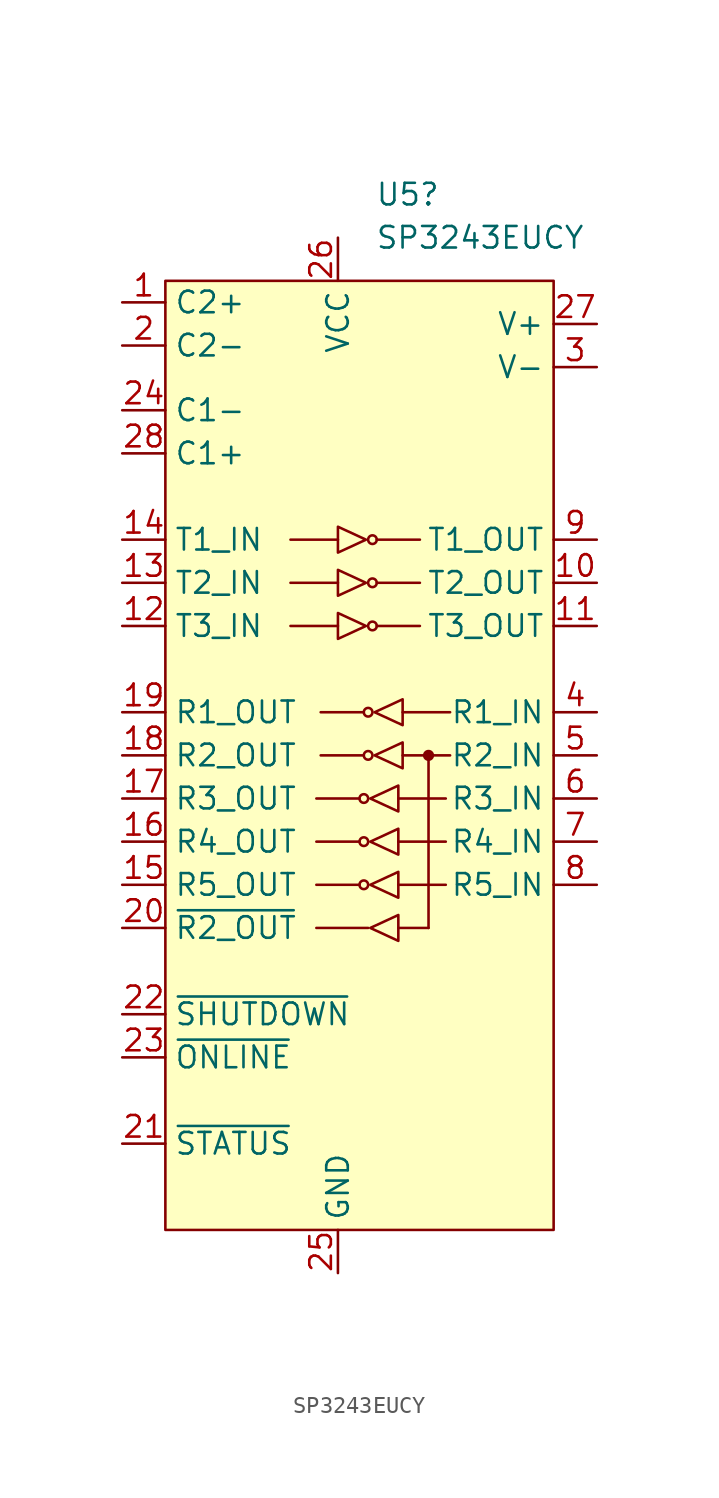
<source format=kicad_sym>
(kicad_symbol_lib
  (version 20231120)
  (generator "kicad_symbol_editor")
  (generator_version "8.0")
  (symbol "SP3243EUCY"
    (property "Reference" "U5"
      (at 2.194 30.48 0)
      (effects (font (size 1.27 1.27)) (justify left)))
    (property "Value" "SP3243EUCY"
      (at 2.194 27.94 0)
      (effects (font (size 1.27 1.27)) (justify left)))
    (symbol "SP3243EUCY_0_0"
      (pin passive line (at -12.7 24.13 0) (length 2.54) (name "C2+" (effects (font (size 1.27 1.27)))) (number "1" (effects (font (size 1.27 1.27)))))
      (pin output line (at 15.24 7.62 180) (length 2.54) (name "T2_OUT" (effects (font (size 1.27 1.27)))) (number "10" (effects (font (size 1.27 1.27)))))
      (pin output line (at 15.24 5.08 180) (length 2.54) (name "T3_OUT" (effects (font (size 1.27 1.27)))) (number "11" (effects (font (size 1.27 1.27)))))
      (pin input line (at -12.7 5.08 0) (length 2.54) (name "T3_IN" (effects (font (size 1.27 1.27)))) (number "12" (effects (font (size 1.27 1.27)))))
      (pin input line (at -12.7 7.62 0) (length 2.54) (name "T2_IN" (effects (font (size 1.27 1.27)))) (number "13" (effects (font (size 1.27 1.27)))))
      (pin input line (at -12.7 10.16 0) (length 2.54) (name "T1_IN" (effects (font (size 1.27 1.27)))) (number "14" (effects (font (size 1.27 1.27)))))
      (pin output line (at -12.7 -10.16 0) (length 2.54) (name "R5_OUT" (effects (font (size 1.27 1.27)))) (number "15" (effects (font (size 1.27 1.27)))))
      (pin output line (at -12.7 -7.62 0) (length 2.54) (name "R4_OUT" (effects (font (size 1.27 1.27)))) (number "16" (effects (font (size 1.27 1.27)))))
      (pin output line (at -12.7 -5.08 0) (length 2.54) (name "R3_OUT" (effects (font (size 1.27 1.27)))) (number "17" (effects (font (size 1.27 1.27)))))
      (pin output line (at -12.7 -2.54 0) (length 2.54) (name "R2_OUT" (effects (font (size 1.27 1.27)))) (number "18" (effects (font (size 1.27 1.27)))))
      (pin output line (at -12.7 0 0) (length 2.54) (name "R1_OUT" (effects (font (size 1.27 1.27)))) (number "19" (effects (font (size 1.27 1.27)))))
      (pin passive line (at -12.7 21.59 0) (length 2.54) (name "C2-" (effects (font (size 1.27 1.27)))) (number "2" (effects (font (size 1.27 1.27)))))
      (pin output line (at -12.7 -12.7 0) (length 2.54) (name "~{R2_OUT}" (effects (font (size 1.27 1.27)))) (number "20" (effects (font (size 1.27 1.27)))))
      (pin output line (at -12.7 -25.4 0) (length 2.54) (name "~{STATUS}" (effects (font (size 1.27 1.27)))) (number "21" (effects (font (size 1.27 1.27)))))
      (pin output line (at -12.7 -17.78 0) (length 2.54) (name "~{SHUTDOWN}" (effects (font (size 1.27 1.27)))) (number "22" (effects (font (size 1.27 1.27)))))
      (pin output line (at -12.7 -20.32 0) (length 2.54) (name "~{ONLINE}" (effects (font (size 1.27 1.27)))) (number "23" (effects (font (size 1.27 1.27)))))
      (pin passive line (at -12.7 17.78 0) (length 2.54) (name "C1-" (effects (font (size 1.27 1.27)))) (number "24" (effects (font (size 1.27 1.27)))))
      (pin power_in line (at 0 -33.02 90) (length 2.54) (name "GND" (effects (font (size 1.27 1.27)))) (number "25" (effects (font (size 1.27 1.27)))))
      (pin power_in line (at 0 27.94 270) (length 2.54) (name "VCC" (effects (font (size 1.27 1.27)))) (number "26" (effects (font (size 1.27 1.27)))))
      (pin power_out line (at 15.24 22.86 180) (length 2.54) (name "V+" (effects (font (size 1.27 1.27)))) (number "27" (effects (font (size 1.27 1.27)))))
      (pin power_out line (at 15.24 20.32 180) (length 2.54) (name "V-" (effects (font (size 1.27 1.27)))) (number "3" (effects (font (size 1.27 1.27)))))
      (pin input line (at 15.24 0 180) (length 2.54) (name "R1_IN" (effects (font (size 1.27 1.27)))) (number "4" (effects (font (size 1.27 1.27)))))
      (pin input line (at 15.24 -2.54 180) (length 2.54) (name "R2_IN" (effects (font (size 1.27 1.27)))) (number "5" (effects (font (size 1.27 1.27)))))
      (pin input line (at 15.24 -5.08 180) (length 2.54) (name "R3_IN" (effects (font (size 1.27 1.27)))) (number "6" (effects (font (size 1.27 1.27)))))
      (pin input line (at 15.24 -7.62 180) (length 2.54) (name "R4_IN" (effects (font (size 1.27 1.27)))) (number "7" (effects (font (size 1.27 1.27)))))
      (pin input line (at 15.24 -10.16 180) (length 2.54) (name "R5_IN" (effects (font (size 1.27 1.27)))) (number "8" (effects (font (size 1.27 1.27)))))
      (pin output line (at 15.24 10.16 180) (length 2.54) (name "T1_OUT" (effects (font (size 1.27 1.27)))) (number "9" (effects (font (size 1.27 1.27))))))
    (symbol "SP3243EUCY_0_1"
      (polyline (pts (xy 0 5.08) (xy -2.794 5.08)) (stroke (width 0) (type default)) (fill (type none)))
      (polyline (pts (xy 0 7.62) (xy -2.794 7.62)) (stroke (width 0) (type default)) (fill (type none)))
      (polyline (pts (xy 0 10.16) (xy -2.794 10.16)) (stroke (width 0) (type default)) (fill (type none)))
      (polyline (pts (xy 1.27 -10.16) (xy -1.27 -10.16)) (stroke (width 0) (type default)) (fill (type none)))
      (polyline (pts (xy 1.27 -7.62) (xy -1.27 -7.62)) (stroke (width 0) (type default)) (fill (type none)))
      (polyline (pts (xy 1.27 -5.08) (xy -1.27 -5.08)) (stroke (width 0) (type default)) (fill (type none)))
      (polyline (pts (xy 1.524 -2.54) (xy -1.016 -2.54)) (stroke (width 0) (type default)) (fill (type none)))
      (polyline (pts (xy 1.524 0) (xy -1.016 0)) (stroke (width 0) (type default)) (fill (type none)))
      (polyline (pts (xy 1.778 -12.7) (xy -1.27 -12.7)) (stroke (width 0) (type default)) (fill (type none)))
      (polyline (pts (xy 2.286 5.08) (xy 4.826 5.08)) (stroke (width 0) (type default)) (fill (type none)))
      (polyline (pts (xy 2.286 7.62) (xy 4.826 7.62)) (stroke (width 0) (type default)) (fill (type none)))
      (polyline (pts (xy 2.286 10.16) (xy 4.826 10.16)) (stroke (width 0) (type default)) (fill (type none)))
      (polyline (pts (xy 3.556 -12.7) (xy 5.334 -12.7)) (stroke (width 0) (type default)) (fill (type none)))
      (polyline (pts (xy 3.556 -10.16) (xy 6.35 -10.16)) (stroke (width 0) (type default)) (fill (type none)))
      (polyline (pts (xy 3.556 -7.62) (xy 6.35 -7.62)) (stroke (width 0) (type default)) (fill (type none)))
      (polyline (pts (xy 3.556 -5.08) (xy 6.35 -5.08)) (stroke (width 0) (type default)) (fill (type none)))
      (polyline (pts (xy 3.81 -2.54) (xy 6.604 -2.54)) (stroke (width 0) (type default)) (fill (type none)))
      (polyline (pts (xy 3.81 0) (xy 6.604 0)) (stroke (width 0) (type default)) (fill (type none)))
      (polyline (pts (xy 5.334 -12.7) (xy 5.334 -2.54)) (stroke (width 0) (type default)) (fill (type none)))
      (polyline (pts (xy 0 5.842) (xy 0 4.318) (xy 1.651 5.08) (xy 0 5.842)) (stroke (width 0) (type default)) (fill (type none)))
      (polyline (pts (xy 0 8.382) (xy 0 6.858) (xy 1.651 7.62) (xy 0 8.382)) (stroke (width 0) (type default)) (fill (type none)))
      (polyline (pts (xy 0 10.922) (xy 0 9.398) (xy 1.651 10.16) (xy 0 10.922)) (stroke (width 0) (type default)) (fill (type none)))
      (polyline (pts (xy 3.556 -11.938) (xy 3.556 -13.462) (xy 1.905 -12.7) (xy 3.556 -11.938)) (stroke (width 0) (type default)) (fill (type none)))
      (polyline (pts (xy 3.556 -9.398) (xy 3.556 -10.922) (xy 1.905 -10.16) (xy 3.556 -9.398)) (stroke (width 0) (type default)) (fill (type none)))
      (polyline (pts (xy 3.556 -6.858) (xy 3.556 -8.382) (xy 1.905 -7.62) (xy 3.556 -6.858)) (stroke (width 0) (type default)) (fill (type none)))
      (polyline (pts (xy 3.556 -4.318) (xy 3.556 -5.842) (xy 1.905 -5.08) (xy 3.556 -4.318)) (stroke (width 0) (type default)) (fill (type none)))
      (polyline (pts (xy 3.81 -1.778) (xy 3.81 -3.302) (xy 2.159 -2.54) (xy 3.81 -1.778)) (stroke (width 0) (type default)) (fill (type none)))
      (polyline (pts (xy 3.81 0.762) (xy 3.81 -0.762) (xy 2.159 0) (xy 3.81 0.762)) (stroke (width 0) (type default)) (fill (type none)))
      (circle (center 1.524 -10.16) (radius 0.254) (stroke (width 0) (type default)) (fill (type none)))
      (circle (center 1.524 -7.62) (radius 0.254) (stroke (width 0) (type default)) (fill (type none)))
      (circle (center 1.524 -5.08) (radius 0.254) (stroke (width 0) (type default)) (fill (type none)))
      (circle (center 1.778 -2.54) (radius 0.254) (stroke (width 0) (type default)) (fill (type none)))
      (circle (center 1.778 0) (radius 0.254) (stroke (width 0) (type default)) (fill (type none)))
      (circle (center 2.032 5.08) (radius 0.254) (stroke (width 0) (type default)) (fill (type none)))
      (circle (center 2.032 7.62) (radius 0.254) (stroke (width 0) (type default)) (fill (type none)))
      (circle (center 2.032 10.16) (radius 0.254) (stroke (width 0) (type default)) (fill (type none))))
    (symbol "SP3243EUCY_1_0"
      (pin passive line (at -12.7 15.24 0) (length 2.54) (name "C1+" (effects (font (size 1.27 1.27)))) (number "28" (effects (font (size 1.27 1.27))))))
    (symbol "SP3243EUCY_1_1"
      (rectangle (start -10.16 25.4) (end 12.7 -30.48) (stroke (width 0) (type default)) (fill (type background)))
      (circle (center 5.334 -2.54) (radius 0.254) (stroke (width 0) (type default)) (fill (type outline))))))
</source>
